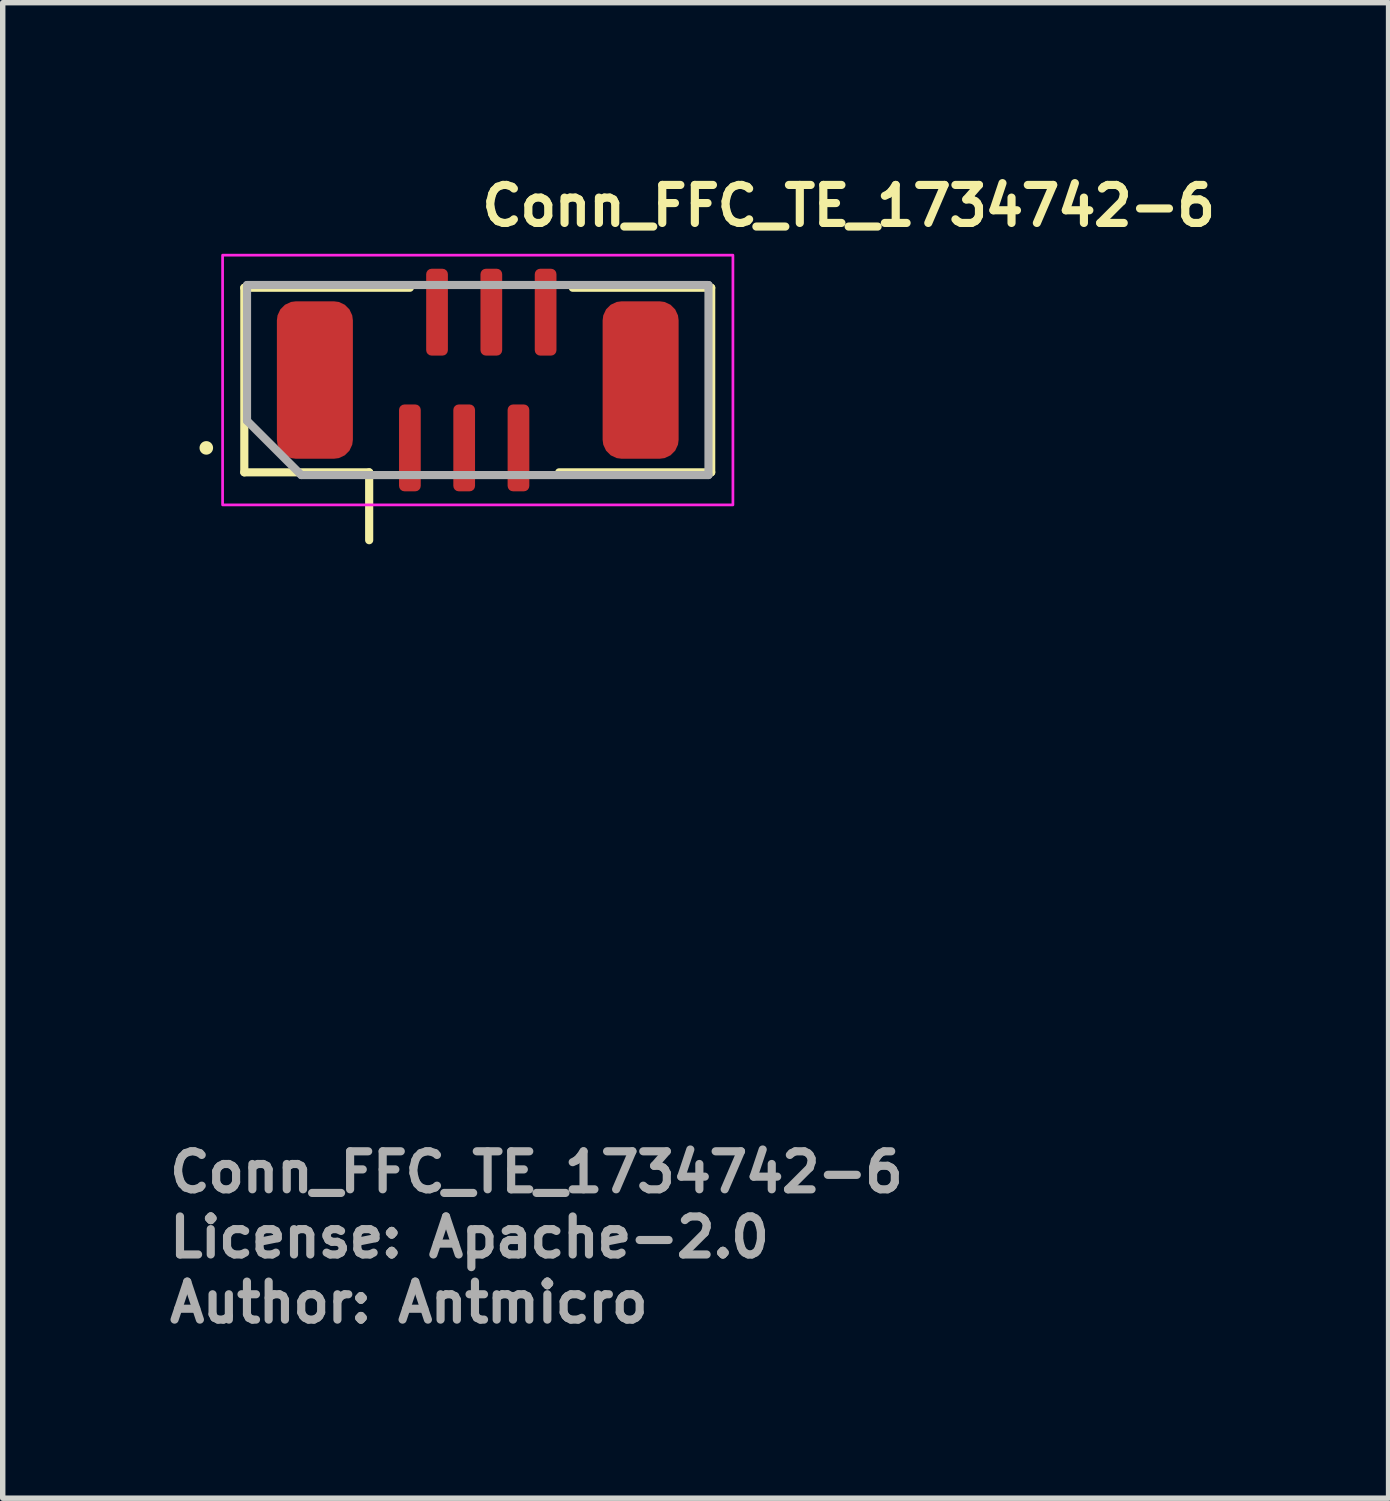
<source format=kicad_pcb>
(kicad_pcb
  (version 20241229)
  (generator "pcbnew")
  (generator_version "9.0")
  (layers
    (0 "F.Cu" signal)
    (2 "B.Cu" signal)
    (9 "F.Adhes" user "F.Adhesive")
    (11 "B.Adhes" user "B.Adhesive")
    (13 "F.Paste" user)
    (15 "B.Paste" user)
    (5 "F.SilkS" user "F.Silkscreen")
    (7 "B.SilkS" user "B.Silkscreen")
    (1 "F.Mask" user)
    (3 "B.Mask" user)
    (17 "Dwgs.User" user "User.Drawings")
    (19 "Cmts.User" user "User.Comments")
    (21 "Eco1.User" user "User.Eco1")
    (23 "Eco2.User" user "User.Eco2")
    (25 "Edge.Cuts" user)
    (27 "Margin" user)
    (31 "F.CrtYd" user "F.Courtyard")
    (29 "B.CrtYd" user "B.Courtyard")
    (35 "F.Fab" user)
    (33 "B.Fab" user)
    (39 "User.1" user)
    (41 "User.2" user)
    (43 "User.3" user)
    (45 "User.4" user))
  (footprint "Conn_FFC_TE_1734742-6"
    (layer "F.Cu")
    (at 5.75 3.95)
    (property "Reference" "Conn_FFC_TE_1734742-6" (at 0 -2.8 0) (unlocked yes) (layer "F.SilkS") (effects (font (size 0.7 0.7) (thickness 0.15)) (justify left bottom)))
    (attr smd)
    (fp_line (start -4.3 -1.7) (end -4.3 1.7) (stroke (width 0.15) (type solid)) (layer "F.SilkS"))
    (fp_line (start -4.3 -1.7) (end -1.25 -1.7) (stroke (width 0.15) (type solid)) (layer "F.SilkS"))
    (fp_line (start -4.3 1.7) (end -2 1.7) (stroke (width 0.15) (type solid)) (layer "F.SilkS"))
    (fp_line (start -2 2.95) (end -2 1.7) (stroke (width 0.15) (type solid)) (layer "F.SilkS"))
    (fp_line (start 1.75 -1.7) (end 4.3 -1.7) (stroke (width 0.15) (type solid)) (layer "F.SilkS"))
    (fp_line (start 4.3 -1.7) (end 4.3 1.7) (stroke (width 0.15) (type solid)) (layer "F.SilkS"))
    (fp_line (start 4.3 1.7) (end 1.5 1.7) (stroke (width 0.15) (type solid)) (layer "F.SilkS"))
    (fp_circle (center -5 1.25) (end -4.95 1.25) (stroke (width 0.15) (type solid)) (fill yes) (layer "F.SilkS"))
    (fp_rect (start -4.7 -2.3) (end 4.7 2.3) (stroke (width 0.05) (type solid)) (fill no) (layer "F.CrtYd"))
    (fp_line (start -4.25 -1.75) (end -4.25 0.75) (stroke (width 0.15) (type solid)) (layer "F.Fab"))
    (fp_line (start -4.25 0.75) (end -3.25 1.75) (stroke (width 0.15) (type solid)) (layer "F.Fab"))
    (fp_line (start -3.25 1.75) (end 4.25 1.75) (stroke (width 0.15) (type solid)) (layer "F.Fab"))
    (fp_line (start 4.25 -1.75) (end -4.25 -1.75) (stroke (width 0.15) (type solid)) (layer "F.Fab"))
    (fp_line (start 4.25 1.75) (end 4.25 -1.75) (stroke (width 0.15) (type solid)) (layer "F.Fab"))
    (fp_rect (start -4.35 -1.9) (end 4.35 1.9) (stroke (width 0.1) (type solid)) (fill no) (layer "User.5"))
    (fp_line (start -4.35 -1.65) (end -4.35 1.45) (stroke (width 0.02) (type solid)) (layer "User.9"))
    (fp_line (start -4.35 -1.65) (end -4.3 -1.7) (stroke (width 0.02) (type solid)) (layer "User.9"))
    (fp_line (start -4.3 -1.7) (end -4.25 -1.65) (stroke (width 0.02) (type solid)) (layer "User.9"))
    (fp_line (start -4.3 1.5) (end -4.35 1.45) (stroke (width 0.02) (type solid)) (layer "User.9"))
    (fp_line (start -4.25 -1.75) (end -4.3 -1.7) (stroke (width 0.02) (type solid)) (layer "User.9"))
    (fp_line (start -4.25 -1.65) (end -4.25 1.45) (stroke (width 0.02) (type solid)) (layer "User.9"))
    (fp_line (start -4.25 1.45) (end -4.3 1.5) (stroke (width 0.02) (type solid)) (layer "User.9"))
    (fp_line (start -4.25 1.45) (end -2.47 1.45) (stroke (width 0.02) (type solid)) (layer "User.9"))
    (fp_line (start -4.25 1.55) (end -4.3 1.5) (stroke (width 0.02) (type solid)) (layer "User.9"))
    (fp_line (start -4.25 1.55) (end -2.37 1.55) (stroke (width 0.02) (type solid)) (layer "User.9"))
    (fp_line (start -3.359 -1.75) (end -4.25 -1.75) (stroke (width 0.02) (type solid)) (layer "User.9"))
    (fp_line (start -3.359 -1.75) (end -3.309 -1.65) (stroke (width 0.02) (type solid)) (layer "User.9"))
    (fp_line (start -3.309 -1.65) (end -4.25 -1.65) (stroke (width 0.02) (type solid)) (layer "User.9"))
    (fp_line (start -3.122 -1.277) (end -3.309 -1.65) (stroke (width 0.02) (type solid)) (layer "User.9"))
    (fp_line (start -2.979 -1.277) (end -3.122 -1.277) (stroke (width 0.02) (type solid)) (layer "User.9"))
    (fp_line (start -2.792 -1.65) (end -2.979 -1.277) (stroke (width 0.02) (type solid)) (layer "User.9"))
    (fp_line (start -2.792 -1.65) (end -2.742 -1.75) (stroke (width 0.02) (type solid)) (layer "User.9"))
    (fp_line (start -2.47 0.3) (end -2.075 0.3) (stroke (width 0.02) (type solid)) (layer "User.9"))
    (fp_line (start -2.47 1.45) (end -2.47 0.3) (stroke (width 0.02) (type solid)) (layer "User.9"))
    (fp_line (start -2.37 1.55) (end -2.47 1.45) (stroke (width 0.02) (type solid)) (layer "User.9"))
    (fp_line (start -2.22 1.25) (end -1.75 1.25) (stroke (width 0.02) (type solid)) (layer "User.9"))
    (fp_line (start -2.22 1.55) (end -2.37 1.55) (stroke (width 0.02) (type solid)) (layer "User.9"))
    (fp_line (start -2.22 1.55) (end -2.22 0.3) (stroke (width 0.02) (type solid)) (layer "User.9"))
    (fp_line (start -2.075 -0.22) (end 2.075 -0.22) (stroke (width 0.02) (type solid)) (layer "User.9"))
    (fp_line (start -2.075 0.3) (end -2.075 -0.22) (stroke (width 0.02) (type solid)) (layer "User.9"))
    (fp_line (start -1.825 0.03) (end -2.075 -0.22) (stroke (width 0.02) (type solid)) (layer "User.9"))
    (fp_line (start -1.825 0.03) (end 1.825 0.03) (stroke (width 0.02) (type solid)) (layer "User.9"))
    (fp_line (start -1.825 0.3) (end -2.075 0.3) (stroke (width 0.02) (type solid)) (layer "User.9"))
    (fp_line (start -1.825 0.3) (end -1.825 0.03) (stroke (width 0.02) (type solid)) (layer "User.9"))
    (fp_line (start -1.75 0.3) (end -1.825 0.3) (stroke (width 0.02) (type solid)) (layer "User.9"))
    (fp_line (start -1.75 0.3) (end -1.75 0.03) (stroke (width 0.02) (type solid)) (layer "User.9"))
    (fp_line (start -1.75 0.3) (end -1.75 0.45) (stroke (width 0.02) (type solid)) (layer "User.9"))
    (fp_line (start -1.75 0.45) (end -2.22 0.45) (stroke (width 0.02) (type solid)) (layer "User.9"))
    (fp_line (start -1.75 0.45) (end -1.41 0.45) (stroke (width 0.02) (type solid)) (layer "User.9"))
    (fp_line (start -1.75 0.75) (end -1.75 0.45) (stroke (width 0.02) (type solid)) (layer "User.9"))
    (fp_line (start -1.75 1.25) (end -1.75 0.75) (stroke (width 0.02) (type solid)) (layer "User.9"))
    (fp_line (start -1.41 0.75) (end -1.75 0.75) (stroke (width 0.02) (type solid)) (layer "User.9"))
    (fp_line (start -1.41 0.75) (end -1.41 0.45) (stroke (width 0.02) (type solid)) (layer "User.9"))
    (fp_line (start -1.41 0.75) (end -1.41 0.85) (stroke (width 0.02) (type solid)) (layer "User.9"))
    (fp_line (start -1.41 0.85) (end -1.09 0.85) (stroke (width 0.02) (type solid)) (layer "User.9"))
    (fp_line (start -1.35 0.25) (end -1.35 0.417) (stroke (width 0.02) (type solid)) (layer "User.9"))
    (fp_line (start -1.35 0.25) (end -1.15 0.25) (stroke (width 0.02) (type solid)) (layer "User.9"))
    (fp_line (start -1.35 0.524) (end -1.35 0.417) (stroke (width 0.02) (type solid)) (layer "User.9"))
    (fp_line (start -1.35 0.644) (end -1.35 0.524) (stroke (width 0.02) (type solid)) (layer "User.9"))
    (fp_line (start -1.35 0.644) (end -1.35 0.753) (stroke (width 0.02) (type solid)) (layer "User.9"))
    (fp_line (start -1.35 0.753) (end -1.15 0.753) (stroke (width 0.02) (type solid)) (layer "User.9"))
    (fp_line (start -1.35 1.25) (end -1.35 1.9) (stroke (width 0.02) (type solid)) (layer "User.9"))
    (fp_line (start -1.35 1.9) (end -1.15 1.9) (stroke (width 0.02) (type solid)) (layer "User.9"))
    (fp_line (start -1.15 0.25) (end -1.15 0.417) (stroke (width 0.02) (type solid)) (layer "User.9"))
    (fp_line (start -1.15 0.417) (end -1.15 0.524) (stroke (width 0.02) (type solid)) (layer "User.9"))
    (fp_line (start -1.15 0.524) (end -1.15 0.644) (stroke (width 0.02) (type solid)) (layer "User.9"))
    (fp_line (start -1.15 0.644) (end -1.15 0.753) (stroke (width 0.02) (type solid)) (layer "User.9"))
    (fp_line (start -1.15 1.25) (end -1.15 1.9) (stroke (width 0.02) (type solid)) (layer "User.9"))
    (fp_line (start -1.09 0.45) (end -0.91 0.45) (stroke (width 0.02) (type solid)) (layer "User.9"))
    (fp_line (start -1.09 0.75) (end -1.09 0.45) (stroke (width 0.02) (type solid)) (layer "User.9"))
    (fp_line (start -1.09 0.75) (end -1.09 0.85) (stroke (width 0.02) (type solid)) (layer "User.9"))
    (fp_line (start -0.91 0.75) (end -1.09 0.75) (stroke (width 0.02) (type solid)) (layer "User.9"))
    (fp_line (start -0.91 0.75) (end -0.91 0.45) (stroke (width 0.02) (type solid)) (layer "User.9"))
    (fp_line (start -0.91 0.75) (end -0.91 0.85) (stroke (width 0.02) (type solid)) (layer "User.9"))
    (fp_line (start -0.91 0.85) (end -0.59 0.85) (stroke (width 0.02) (type solid)) (layer "User.9"))
    (fp_line (start -0.85 -1.75) (end -0.85 -1.9) (stroke (width 0.02) (type solid)) (layer "User.9"))
    (fp_line (start -0.85 0.25) (end -0.85 0.417) (stroke (width 0.02) (type solid)) (layer "User.9"))
    (fp_line (start -0.85 0.25) (end -0.65 0.25) (stroke (width 0.02) (type solid)) (layer "User.9"))
    (fp_line (start -0.85 0.524) (end -0.85 0.417) (stroke (width 0.02) (type solid)) (layer "User.9"))
    (fp_line (start -0.85 0.644) (end -0.85 0.524) (stroke (width 0.02) (type solid)) (layer "User.9"))
    (fp_line (start -0.85 0.644) (end -0.85 0.753) (stroke (width 0.02) (type solid)) (layer "User.9"))
    (fp_line (start -0.85 0.753) (end -0.65 0.753) (stroke (width 0.02) (type solid)) (layer "User.9"))
    (fp_line (start -0.65 -1.9) (end -0.85 -1.9) (stroke (width 0.02) (type solid)) (layer "User.9"))
    (fp_line (start -0.65 -1.75) (end -0.65 -1.9) (stroke (width 0.02) (type solid)) (layer "User.9"))
    (fp_line (start -0.65 0.25) (end -0.65 0.417) (stroke (width 0.02) (type solid)) (layer "User.9"))
    (fp_line (start -0.65 0.417) (end -0.65 0.524) (stroke (width 0.02) (type solid)) (layer "User.9"))
    (fp_line (start -0.65 0.524) (end -0.65 0.644) (stroke (width 0.02) (type solid)) (layer "User.9"))
    (fp_line (start -0.65 0.644) (end -0.65 0.753) (stroke (width 0.02) (type solid)) (layer "User.9"))
    (fp_line (start -0.59 0.45) (end -0.41 0.45) (stroke (width 0.02) (type solid)) (layer "User.9"))
    (fp_line (start -0.59 0.75) (end -0.59 0.45) (stroke (width 0.02) (type solid)) (layer "User.9"))
    (fp_line (start -0.59 0.75) (end -0.59 0.85) (stroke (width 0.02) (type solid)) (layer "User.9"))
    (fp_line (start -0.41 0.75) (end -0.59 0.75) (stroke (width 0.02) (type solid)) (layer "User.9"))
    (fp_line (start -0.41 0.75) (end -0.41 0.45) (stroke (width 0.02) (type solid)) (layer "User.9"))
    (fp_line (start -0.41 0.75) (end -0.41 0.85) (stroke (width 0.02) (type solid)) (layer "User.9"))
    (fp_line (start -0.41 0.85) (end -0.09 0.85) (stroke (width 0.02) (type solid)) (layer "User.9"))
    (fp_line (start -0.35 0.25) (end -0.35 0.417) (stroke (width 0.02) (type solid)) (layer "User.9"))
    (fp_line (start -0.35 0.25) (end -0.15 0.25) (stroke (width 0.02) (type solid)) (layer "User.9"))
    (fp_line (start -0.35 0.524) (end -0.35 0.417) (stroke (width 0.02) (type solid)) (layer "User.9"))
    (fp_line (start -0.35 0.644) (end -0.35 0.524) (stroke (width 0.02) (type solid)) (layer "User.9"))
    (fp_line (start -0.35 0.644) (end -0.35 0.753) (stroke (width 0.02) (type solid)) (layer "User.9"))
    (fp_line (start -0.35 0.753) (end -0.15 0.753) (stroke (width 0.02) (type solid)) (layer "User.9"))
    (fp_line (start -0.35 1.25) (end -0.35 1.9) (stroke (width 0.02) (type solid)) (layer "User.9"))
    (fp_line (start -0.35 1.9) (end -0.15 1.9) (stroke (width 0.02) (type solid)) (layer "User.9"))
    (fp_line (start -0.15 0.25) (end -0.15 0.417) (stroke (width 0.02) (type solid)) (layer "User.9"))
    (fp_line (start -0.15 0.417) (end -0.15 0.524) (stroke (width 0.02) (type solid)) (layer "User.9"))
    (fp_line (start -0.15 0.524) (end -0.15 0.644) (stroke (width 0.02) (type solid)) (layer "User.9"))
    (fp_line (start -0.15 0.644) (end -0.15 0.753) (stroke (width 0.02) (type solid)) (layer "User.9"))
    (fp_line (start -0.15 1.25) (end -0.15 1.9) (stroke (width 0.02) (type solid)) (layer "User.9"))
    (fp_line (start -0.09 0.45) (end 0.09 0.45) (stroke (width 0.02) (type solid)) (layer "User.9"))
    (fp_line (start -0.09 0.75) (end -0.09 0.45) (stroke (width 0.02) (type solid)) (layer "User.9"))
    (fp_line (start -0.09 0.75) (end -0.09 0.85) (stroke (width 0.02) (type solid)) (layer "User.9"))
    (fp_line (start 0.09 0.75) (end -0.09 0.75) (stroke (width 0.02) (type solid)) (layer "User.9"))
    (fp_line (start 0.09 0.75) (end 0.09 0.45) (stroke (width 0.02) (type solid)) (layer "User.9"))
    (fp_line (start 0.09 0.75) (end 0.09 0.85) (stroke (width 0.02) (type solid)) (layer "User.9"))
    (fp_line (start 0.09 0.85) (end 0.41 0.85) (stroke (width 0.02) (type solid)) (layer "User.9"))
    (fp_line (start 0.15 -1.75) (end 0.15 -1.9) (stroke (width 0.02) (type solid)) (layer "User.9"))
    (fp_line (start 0.15 0.25) (end 0.15 0.417) (stroke (width 0.02) (type solid)) (layer "User.9"))
    (fp_line (start 0.15 0.25) (end 0.35 0.25) (stroke (width 0.02) (type solid)) (layer "User.9"))
    (fp_line (start 0.15 0.524) (end 0.15 0.417) (stroke (width 0.02) (type solid)) (layer "User.9"))
    (fp_line (start 0.15 0.644) (end 0.15 0.524) (stroke (width 0.02) (type solid)) (layer "User.9"))
    (fp_line (start 0.15 0.644) (end 0.15 0.753) (stroke (width 0.02) (type solid)) (layer "User.9"))
    (fp_line (start 0.15 0.753) (end 0.35 0.753) (stroke (width 0.02) (type solid)) (layer "User.9"))
    (fp_line (start 0.35 -1.9) (end 0.15 -1.9) (stroke (width 0.02) (type solid)) (layer "User.9"))
    (fp_line (start 0.35 -1.75) (end 0.35 -1.9) (stroke (width 0.02) (type solid)) (layer "User.9"))
    (fp_line (start 0.35 0.25) (end 0.35 0.417) (stroke (width 0.02) (type solid)) (layer "User.9"))
    (fp_line (start 0.35 0.417) (end 0.35 0.524) (stroke (width 0.02) (type solid)) (layer "User.9"))
    (fp_line (start 0.35 0.524) (end 0.35 0.644) (stroke (width 0.02) (type solid)) (layer "User.9"))
    (fp_line (start 0.35 0.644) (end 0.35 0.753) (stroke (width 0.02) (type solid)) (layer "User.9"))
    (fp_line (start 0.41 0.45) (end 0.59 0.45) (stroke (width 0.02) (type solid)) (layer "User.9"))
    (fp_line (start 0.41 0.75) (end 0.41 0.45) (stroke (width 0.02) (type solid)) (layer "User.9"))
    (fp_line (start 0.41 0.75) (end 0.41 0.85) (stroke (width 0.02) (type solid)) (layer "User.9"))
    (fp_line (start 0.59 0.75) (end 0.41 0.75) (stroke (width 0.02) (type solid)) (layer "User.9"))
    (fp_line (start 0.59 0.75) (end 0.59 0.45) (stroke (width 0.02) (type solid)) (layer "User.9"))
    (fp_line (start 0.59 0.75) (end 0.59 0.85) (stroke (width 0.02) (type solid)) (layer "User.9"))
    (fp_line (start 0.59 0.85) (end 0.91 0.85) (stroke (width 0.02) (type solid)) (layer "User.9"))
    (fp_line (start 0.65 0.25) (end 0.65 0.417) (stroke (width 0.02) (type solid)) (layer "User.9"))
    (fp_line (start 0.65 0.25) (end 0.85 0.25) (stroke (width 0.02) (type solid)) (layer "User.9"))
    (fp_line (start 0.65 0.524) (end 0.65 0.417) (stroke (width 0.02) (type solid)) (layer "User.9"))
    (fp_line (start 0.65 0.644) (end 0.65 0.524) (stroke (width 0.02) (type solid)) (layer "User.9"))
    (fp_line (start 0.65 0.644) (end 0.65 0.753) (stroke (width 0.02) (type solid)) (layer "User.9"))
    (fp_line (start 0.65 0.753) (end 0.85 0.753) (stroke (width 0.02) (type solid)) (layer "User.9"))
    (fp_line (start 0.65 1.25) (end 0.65 1.9) (stroke (width 0.02) (type solid)) (layer "User.9"))
    (fp_line (start 0.65 1.9) (end 0.85 1.9) (stroke (width 0.02) (type solid)) (layer "User.9"))
    (fp_line (start 0.85 0.25) (end 0.85 0.417) (stroke (width 0.02) (type solid)) (layer "User.9"))
    (fp_line (start 0.85 0.417) (end 0.85 0.524) (stroke (width 0.02) (type solid)) (layer "User.9"))
    (fp_line (start 0.85 0.524) (end 0.85 0.644) (stroke (width 0.02) (type solid)) (layer "User.9"))
    (fp_line (start 0.85 0.644) (end 0.85 0.753) (stroke (width 0.02) (type solid)) (layer "User.9"))
    (fp_line (start 0.85 1.25) (end 0.85 1.9) (stroke (width 0.02) (type solid)) (layer "User.9"))
    (fp_line (start 0.91 0.45) (end 1.09 0.45) (stroke (width 0.02) (type solid)) (layer "User.9"))
    (fp_line (start 0.91 0.75) (end 0.91 0.45) (stroke (width 0.02) (type solid)) (layer "User.9"))
    (fp_line (start 0.91 0.75) (end 0.91 0.85) (stroke (width 0.02) (type solid)) (layer "User.9"))
    (fp_line (start 1.09 0.75) (end 0.91 0.75) (stroke (width 0.02) (type solid)) (layer "User.9"))
    (fp_line (start 1.09 0.75) (end 1.09 0.45) (stroke (width 0.02) (type solid)) (layer "User.9"))
    (fp_line (start 1.09 0.75) (end 1.09 0.85) (stroke (width 0.02) (type solid)) (layer "User.9"))
    (fp_line (start 1.09 0.85) (end 1.41 0.85) (stroke (width 0.02) (type solid)) (layer "User.9"))
    (fp_line (start 1.15 -1.75) (end 1.15 -1.9) (stroke (width 0.02) (type solid)) (layer "User.9"))
    (fp_line (start 1.15 0.25) (end 1.15 0.417) (stroke (width 0.02) (type solid)) (layer "User.9"))
    (fp_line (start 1.15 0.25) (end 1.35 0.25) (stroke (width 0.02) (type solid)) (layer "User.9"))
    (fp_line (start 1.15 0.524) (end 1.15 0.417) (stroke (width 0.02) (type solid)) (layer "User.9"))
    (fp_line (start 1.15 0.644) (end 1.15 0.524) (stroke (width 0.02) (type solid)) (layer "User.9"))
    (fp_line (start 1.15 0.644) (end 1.15 0.753) (stroke (width 0.02) (type solid)) (layer "User.9"))
    (fp_line (start 1.15 0.753) (end 1.35 0.753) (stroke (width 0.02) (type solid)) (layer "User.9"))
    (fp_line (start 1.35 -1.9) (end 1.15 -1.9) (stroke (width 0.02) (type solid)) (layer "User.9"))
    (fp_line (start 1.35 -1.75) (end 1.35 -1.9) (stroke (width 0.02) (type solid)) (layer "User.9"))
    (fp_line (start 1.35 0.25) (end 1.35 0.417) (stroke (width 0.02) (type solid)) (layer "User.9"))
    (fp_line (start 1.35 0.417) (end 1.35 0.524) (stroke (width 0.02) (type solid)) (layer "User.9"))
    (fp_line (start 1.35 0.524) (end 1.35 0.644) (stroke (width 0.02) (type solid)) (layer "User.9"))
    (fp_line (start 1.35 0.644) (end 1.35 0.753) (stroke (width 0.02) (type solid)) (layer "User.9"))
    (fp_line (start 1.41 0.45) (end 1.75 0.45) (stroke (width 0.02) (type solid)) (layer "User.9"))
    (fp_line (start 1.41 0.75) (end 1.41 0.45) (stroke (width 0.02) (type solid)) (layer "User.9"))
    (fp_line (start 1.41 0.75) (end 1.41 0.85) (stroke (width 0.02) (type solid)) (layer "User.9"))
    (fp_line (start 1.75 0.03) (end 1.75 0.3) (stroke (width 0.02) (type solid)) (layer "User.9"))
    (fp_line (start 1.75 0.45) (end 1.75 0.3) (stroke (width 0.02) (type solid)) (layer "User.9"))
    (fp_line (start 1.75 0.75) (end 1.41 0.75) (stroke (width 0.02) (type solid)) (layer "User.9"))
    (fp_line (start 1.75 0.75) (end 1.75 0.45) (stroke (width 0.02) (type solid)) (layer "User.9"))
    (fp_line (start 1.75 1.25) (end -1.75 1.25) (stroke (width 0.02) (type solid)) (layer "User.9"))
    (fp_line (start 1.75 1.25) (end 1.75 0.75) (stroke (width 0.02) (type solid)) (layer "User.9"))
    (fp_line (start 1.75 1.25) (end 2.22 1.25) (stroke (width 0.02) (type solid)) (layer "User.9"))
    (fp_line (start 1.825 0.03) (end 1.825 0.3) (stroke (width 0.02) (type solid)) (layer "User.9"))
    (fp_line (start 1.825 0.03) (end 2.075 -0.22) (stroke (width 0.02) (type solid)) (layer "User.9"))
    (fp_line (start 1.825 0.3) (end 1.75 0.3) (stroke (width 0.02) (type solid)) (layer "User.9"))
    (fp_line (start 2.075 -0.22) (end 2.075 0.3) (stroke (width 0.02) (type solid)) (layer "User.9"))
    (fp_line (start 2.075 0.3) (end 1.825 0.3) (stroke (width 0.02) (type solid)) (layer "User.9"))
    (fp_line (start 2.075 0.3) (end 2.47 0.3) (stroke (width 0.02) (type solid)) (layer "User.9"))
    (fp_line (start 2.22 0.3) (end 2.22 1.45) (stroke (width 0.02) (type solid)) (layer "User.9"))
    (fp_line (start 2.22 0.45) (end 1.75 0.45) (stroke (width 0.02) (type solid)) (layer "User.9"))
    (fp_line (start 2.32 1.55) (end 2.22 1.45) (stroke (width 0.02) (type solid)) (layer "User.9"))
    (fp_line (start 2.32 1.55) (end 4.25 1.55) (stroke (width 0.02) (type solid)) (layer "User.9"))
    (fp_line (start 2.47 0.3) (end 2.47 1.45) (stroke (width 0.02) (type solid)) (layer "User.9"))
    (fp_line (start 2.47 1.45) (end 2.22 1.45) (stroke (width 0.02) (type solid)) (layer "User.9"))
    (fp_line (start 2.47 1.45) (end 2.32 1.55) (stroke (width 0.02) (type solid)) (layer "User.9"))
    (fp_line (start 2.47 1.45) (end 4.25 1.45) (stroke (width 0.02) (type solid)) (layer "User.9"))
    (fp_line (start 4.25 -1.75) (end -2.742 -1.75) (stroke (width 0.02) (type solid)) (layer "User.9"))
    (fp_line (start 4.25 -1.75) (end 4.3 -1.7) (stroke (width 0.02) (type solid)) (layer "User.9"))
    (fp_line (start 4.25 -1.65) (end -2.792 -1.65) (stroke (width 0.02) (type solid)) (layer "User.9"))
    (fp_line (start 4.25 -1.65) (end 4.3 -1.7) (stroke (width 0.02) (type solid)) (layer "User.9"))
    (fp_line (start 4.25 1.45) (end 4.25 -1.65) (stroke (width 0.02) (type solid)) (layer "User.9"))
    (fp_line (start 4.3 -1.7) (end 4.35 -1.65) (stroke (width 0.02) (type solid)) (layer "User.9"))
    (fp_line (start 4.3 1.5) (end 4.25 1.45) (stroke (width 0.02) (type solid)) (layer "User.9"))
    (fp_line (start 4.3 1.5) (end 4.25 1.55) (stroke (width 0.02) (type solid)) (layer "User.9"))
    (fp_line (start 4.35 1.45) (end 4.3 1.5) (stroke (width 0.02) (type solid)) (layer "User.9"))
    (fp_line (start 4.35 1.45) (end 4.35 -1.65) (stroke (width 0.02) (type solid)) (layer "User.9"))
    (fp_text user "Author: Antmicro" (at -5.75 17.4 0) (layer "F.Fab") (effects (font (size 0.7 0.7) (thickness 0.15)) (justify left bottom)))
    (fp_text user "${REFERENCE}" (at -5.75 15 0) (unlocked yes) (layer "F.Fab") (effects (font (size 0.7 0.7) (thickness 0.15)) (justify left bottom)))
    (fp_text user "License: Apache-2.0" (at -5.75 16.2 0) (layer "F.Fab") (effects (font (size 0.7 0.7) (thickness 0.15)) (justify left bottom)))
    (pad "1" smd roundrect (at -1.25 1.25) (size 0.4 1.6) (layers "F.Cu" "F.Mask" "F.Paste") (roundrect_rratio 0.25))
    (pad "2" smd roundrect (at -0.75 -1.25) (size 0.4 1.6) (layers "F.Cu" "F.Mask" "F.Paste") (roundrect_rratio 0.25))
    (pad "3" smd roundrect (at -0.25 1.25) (size 0.4 1.6) (layers "F.Cu" "F.Mask" "F.Paste") (roundrect_rratio 0.25))
    (pad "4" smd roundrect (at 0.25 -1.25) (size 0.4 1.6) (layers "F.Cu" "F.Mask" "F.Paste") (roundrect_rratio 0.25))
    (pad "5" smd roundrect (at 0.75 1.25) (size 0.4 1.6) (layers "F.Cu" "F.Mask" "F.Paste") (roundrect_rratio 0.25))
    (pad "6" smd roundrect (at 1.25 -1.25) (size 0.4 1.6) (layers "F.Cu" "F.Mask" "F.Paste") (roundrect_rratio 0.25))
    (pad "MP" smd roundrect (at -3 0 90) (size 2.9 1.4) (layers "F.Cu" "F.Mask" "F.Paste") (roundrect_rratio 0.25))
    (pad "MP" smd roundrect (at 3 0 90) (size 2.9 1.4) (layers "F.Cu" "F.Mask" "F.Paste") (roundrect_rratio 0.25)))
  (gr_rect
    (start -3 -3)
    (end 22.527 24.546)
    (stroke (width 0.1) (type default))
    (fill no)
    (layer "Edge.Cuts")))
</source>
